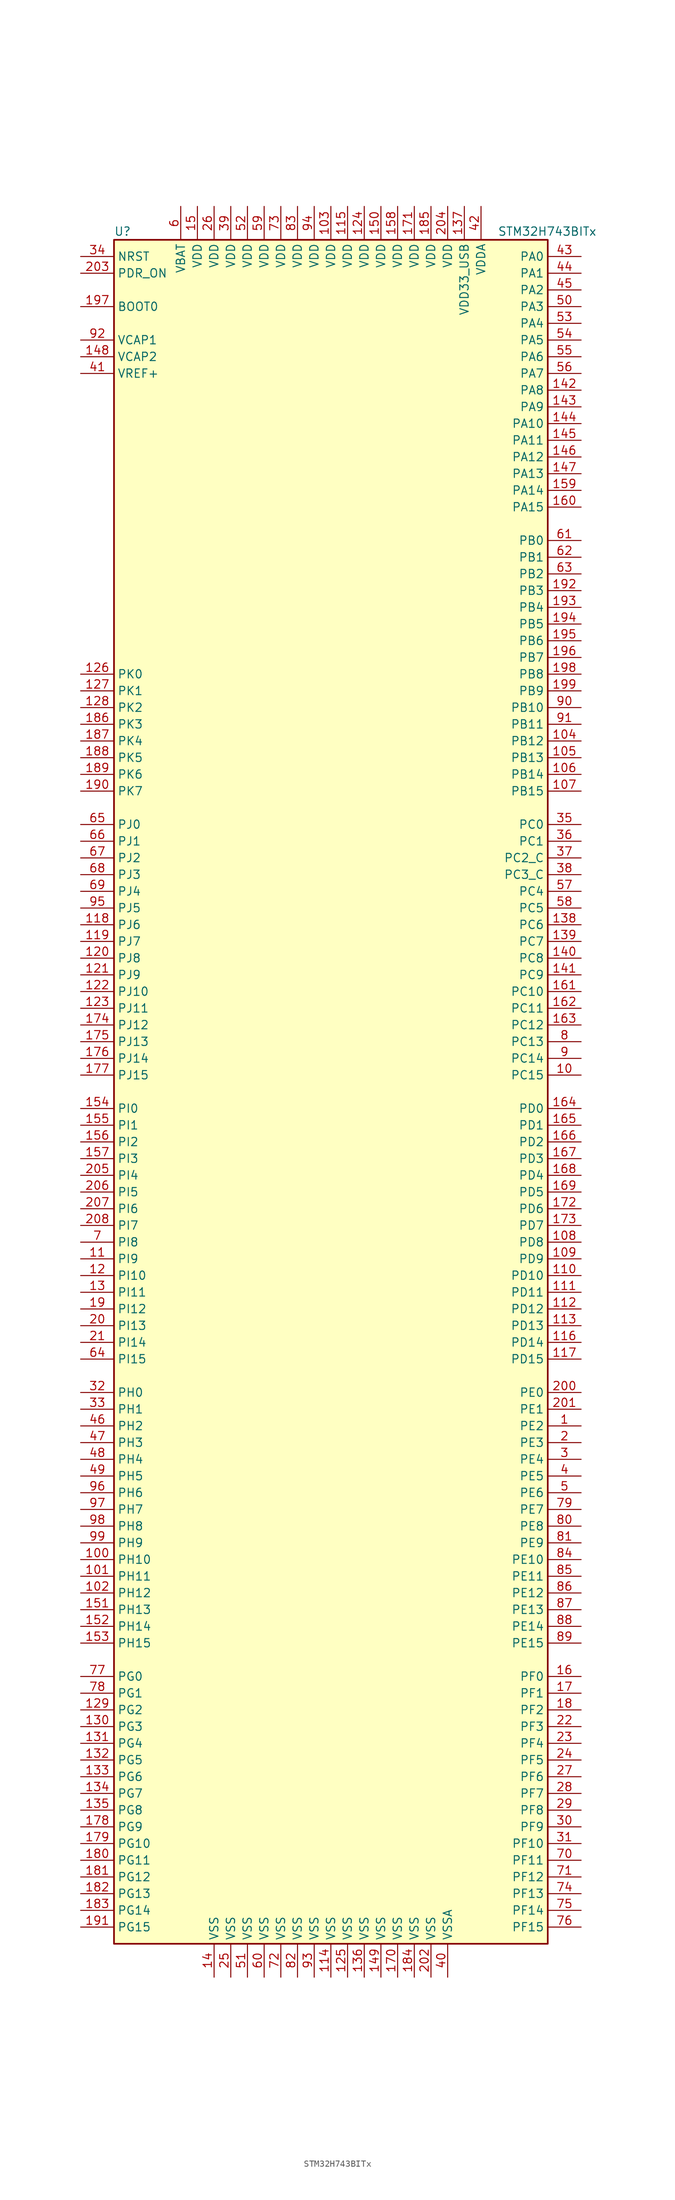
<source format=kicad_sym>
(kicad_symbol_lib
  (version 20201005)
  (generator kicad_symbol_editor)
  (symbol "MCU_ST_STM32H7:STM32H743BITx"
    (property "Reference" "U"
      (at -33.02 130.81 0)
      (effects (font (size 1.27 1.27)) (justify left)))
    (property "Value" "STM32H743BITx"
      (at 25.4 130.81 0)
      (effects (font (size 1.27 1.27)) (justify left)))
    (symbol "STM32H743BITx_0_1"
      (rectangle (start -33.02 -129.54) (end 33.02 129.54) (stroke (width 0.254)) (fill (type background))))
    (symbol "STM32H743BITx_1_1"
      (pin input line (at -38.1 119.38 0) (length 5.08) (name "BOOT0" (effects (font (size 1.27 1.27)))) (number "197" (effects (font (size 1.27 1.27)))))
      (pin input line (at -38.1 127 0) (length 5.08) (name "NRST" (effects (font (size 1.27 1.27)))) (number "34" (effects (font (size 1.27 1.27)))))
      (pin bidirectional line (at 38.1 127 180) (length 5.08) (name "PA0" (effects (font (size 1.27 1.27)))) (number "43" (effects (font (size 1.27 1.27)))))
      (pin bidirectional line (at 38.1 124.46 180) (length 5.08) (name "PA1" (effects (font (size 1.27 1.27)))) (number "44" (effects (font (size 1.27 1.27)))))
      (pin bidirectional line (at 38.1 101.6 180) (length 5.08) (name "PA10" (effects (font (size 1.27 1.27)))) (number "144" (effects (font (size 1.27 1.27)))))
      (pin bidirectional line (at 38.1 99.06 180) (length 5.08) (name "PA11" (effects (font (size 1.27 1.27)))) (number "145" (effects (font (size 1.27 1.27)))))
      (pin bidirectional line (at 38.1 96.52 180) (length 5.08) (name "PA12" (effects (font (size 1.27 1.27)))) (number "146" (effects (font (size 1.27 1.27)))))
      (pin bidirectional line (at 38.1 93.98 180) (length 5.08) (name "PA13" (effects (font (size 1.27 1.27)))) (number "147" (effects (font (size 1.27 1.27)))))
      (pin bidirectional line (at 38.1 91.44 180) (length 5.08) (name "PA14" (effects (font (size 1.27 1.27)))) (number "159" (effects (font (size 1.27 1.27)))))
      (pin bidirectional line (at 38.1 88.9 180) (length 5.08) (name "PA15" (effects (font (size 1.27 1.27)))) (number "160" (effects (font (size 1.27 1.27)))))
      (pin bidirectional line (at 38.1 121.92 180) (length 5.08) (name "PA2" (effects (font (size 1.27 1.27)))) (number "45" (effects (font (size 1.27 1.27)))))
      (pin bidirectional line (at 38.1 119.38 180) (length 5.08) (name "PA3" (effects (font (size 1.27 1.27)))) (number "50" (effects (font (size 1.27 1.27)))))
      (pin bidirectional line (at 38.1 116.84 180) (length 5.08) (name "PA4" (effects (font (size 1.27 1.27)))) (number "53" (effects (font (size 1.27 1.27)))))
      (pin bidirectional line (at 38.1 114.3 180) (length 5.08) (name "PA5" (effects (font (size 1.27 1.27)))) (number "54" (effects (font (size 1.27 1.27)))))
      (pin bidirectional line (at 38.1 111.76 180) (length 5.08) (name "PA6" (effects (font (size 1.27 1.27)))) (number "55" (effects (font (size 1.27 1.27)))))
      (pin bidirectional line (at 38.1 109.22 180) (length 5.08) (name "PA7" (effects (font (size 1.27 1.27)))) (number "56" (effects (font (size 1.27 1.27)))))
      (pin bidirectional line (at 38.1 106.68 180) (length 5.08) (name "PA8" (effects (font (size 1.27 1.27)))) (number "142" (effects (font (size 1.27 1.27)))))
      (pin bidirectional line (at 38.1 104.14 180) (length 5.08) (name "PA9" (effects (font (size 1.27 1.27)))) (number "143" (effects (font (size 1.27 1.27)))))
      (pin bidirectional line (at 38.1 83.82 180) (length 5.08) (name "PB0" (effects (font (size 1.27 1.27)))) (number "61" (effects (font (size 1.27 1.27)))))
      (pin bidirectional line (at 38.1 81.28 180) (length 5.08) (name "PB1" (effects (font (size 1.27 1.27)))) (number "62" (effects (font (size 1.27 1.27)))))
      (pin bidirectional line (at 38.1 58.42 180) (length 5.08) (name "PB10" (effects (font (size 1.27 1.27)))) (number "90" (effects (font (size 1.27 1.27)))))
      (pin bidirectional line (at 38.1 55.88 180) (length 5.08) (name "PB11" (effects (font (size 1.27 1.27)))) (number "91" (effects (font (size 1.27 1.27)))))
      (pin bidirectional line (at 38.1 53.34 180) (length 5.08) (name "PB12" (effects (font (size 1.27 1.27)))) (number "104" (effects (font (size 1.27 1.27)))))
      (pin bidirectional line (at 38.1 50.8 180) (length 5.08) (name "PB13" (effects (font (size 1.27 1.27)))) (number "105" (effects (font (size 1.27 1.27)))))
      (pin bidirectional line (at 38.1 48.26 180) (length 5.08) (name "PB14" (effects (font (size 1.27 1.27)))) (number "106" (effects (font (size 1.27 1.27)))))
      (pin bidirectional line (at 38.1 45.72 180) (length 5.08) (name "PB15" (effects (font (size 1.27 1.27)))) (number "107" (effects (font (size 1.27 1.27)))))
      (pin bidirectional line (at 38.1 78.74 180) (length 5.08) (name "PB2" (effects (font (size 1.27 1.27)))) (number "63" (effects (font (size 1.27 1.27)))))
      (pin bidirectional line (at 38.1 76.2 180) (length 5.08) (name "PB3" (effects (font (size 1.27 1.27)))) (number "192" (effects (font (size 1.27 1.27)))))
      (pin bidirectional line (at 38.1 73.66 180) (length 5.08) (name "PB4" (effects (font (size 1.27 1.27)))) (number "193" (effects (font (size 1.27 1.27)))))
      (pin bidirectional line (at 38.1 71.12 180) (length 5.08) (name "PB5" (effects (font (size 1.27 1.27)))) (number "194" (effects (font (size 1.27 1.27)))))
      (pin bidirectional line (at 38.1 68.58 180) (length 5.08) (name "PB6" (effects (font (size 1.27 1.27)))) (number "195" (effects (font (size 1.27 1.27)))))
      (pin bidirectional line (at 38.1 66.04 180) (length 5.08) (name "PB7" (effects (font (size 1.27 1.27)))) (number "196" (effects (font (size 1.27 1.27)))))
      (pin bidirectional line (at 38.1 63.5 180) (length 5.08) (name "PB8" (effects (font (size 1.27 1.27)))) (number "198" (effects (font (size 1.27 1.27)))))
      (pin bidirectional line (at 38.1 60.96 180) (length 5.08) (name "PB9" (effects (font (size 1.27 1.27)))) (number "199" (effects (font (size 1.27 1.27)))))
      (pin bidirectional line (at 38.1 40.64 180) (length 5.08) (name "PC0" (effects (font (size 1.27 1.27)))) (number "35" (effects (font (size 1.27 1.27)))))
      (pin bidirectional line (at 38.1 38.1 180) (length 5.08) (name "PC1" (effects (font (size 1.27 1.27)))) (number "36" (effects (font (size 1.27 1.27)))))
      (pin bidirectional line (at 38.1 15.24 180) (length 5.08) (name "PC10" (effects (font (size 1.27 1.27)))) (number "161" (effects (font (size 1.27 1.27)))))
      (pin bidirectional line (at 38.1 12.7 180) (length 5.08) (name "PC11" (effects (font (size 1.27 1.27)))) (number "162" (effects (font (size 1.27 1.27)))))
      (pin bidirectional line (at 38.1 10.16 180) (length 5.08) (name "PC12" (effects (font (size 1.27 1.27)))) (number "163" (effects (font (size 1.27 1.27)))))
      (pin bidirectional line (at 38.1 7.62 180) (length 5.08) (name "PC13" (effects (font (size 1.27 1.27)))) (number "8" (effects (font (size 1.27 1.27)))))
      (pin bidirectional line (at 38.1 5.08 180) (length 5.08) (name "PC14" (effects (font (size 1.27 1.27)))) (number "9" (effects (font (size 1.27 1.27)))))
      (pin bidirectional line (at 38.1 2.54 180) (length 5.08) (name "PC15" (effects (font (size 1.27 1.27)))) (number "10" (effects (font (size 1.27 1.27)))))
      (pin bidirectional line (at 38.1 35.56 180) (length 5.08) (name "PC2_C" (effects (font (size 1.27 1.27)))) (number "37" (effects (font (size 1.27 1.27)))))
      (pin bidirectional line (at 38.1 33.02 180) (length 5.08) (name "PC3_C" (effects (font (size 1.27 1.27)))) (number "38" (effects (font (size 1.27 1.27)))))
      (pin bidirectional line (at 38.1 30.48 180) (length 5.08) (name "PC4" (effects (font (size 1.27 1.27)))) (number "57" (effects (font (size 1.27 1.27)))))
      (pin bidirectional line (at 38.1 27.94 180) (length 5.08) (name "PC5" (effects (font (size 1.27 1.27)))) (number "58" (effects (font (size 1.27 1.27)))))
      (pin bidirectional line (at 38.1 25.4 180) (length 5.08) (name "PC6" (effects (font (size 1.27 1.27)))) (number "138" (effects (font (size 1.27 1.27)))))
      (pin bidirectional line (at 38.1 22.86 180) (length 5.08) (name "PC7" (effects (font (size 1.27 1.27)))) (number "139" (effects (font (size 1.27 1.27)))))
      (pin bidirectional line (at 38.1 20.32 180) (length 5.08) (name "PC8" (effects (font (size 1.27 1.27)))) (number "140" (effects (font (size 1.27 1.27)))))
      (pin bidirectional line (at 38.1 17.78 180) (length 5.08) (name "PC9" (effects (font (size 1.27 1.27)))) (number "141" (effects (font (size 1.27 1.27)))))
      (pin bidirectional line (at 38.1 -2.54 180) (length 5.08) (name "PD0" (effects (font (size 1.27 1.27)))) (number "164" (effects (font (size 1.27 1.27)))))
      (pin bidirectional line (at 38.1 -5.08 180) (length 5.08) (name "PD1" (effects (font (size 1.27 1.27)))) (number "165" (effects (font (size 1.27 1.27)))))
      (pin bidirectional line (at 38.1 -27.94 180) (length 5.08) (name "PD10" (effects (font (size 1.27 1.27)))) (number "110" (effects (font (size 1.27 1.27)))))
      (pin bidirectional line (at 38.1 -30.48 180) (length 5.08) (name "PD11" (effects (font (size 1.27 1.27)))) (number "111" (effects (font (size 1.27 1.27)))))
      (pin bidirectional line (at 38.1 -33.02 180) (length 5.08) (name "PD12" (effects (font (size 1.27 1.27)))) (number "112" (effects (font (size 1.27 1.27)))))
      (pin bidirectional line (at 38.1 -35.56 180) (length 5.08) (name "PD13" (effects (font (size 1.27 1.27)))) (number "113" (effects (font (size 1.27 1.27)))))
      (pin bidirectional line (at 38.1 -38.1 180) (length 5.08) (name "PD14" (effects (font (size 1.27 1.27)))) (number "116" (effects (font (size 1.27 1.27)))))
      (pin bidirectional line (at 38.1 -40.64 180) (length 5.08) (name "PD15" (effects (font (size 1.27 1.27)))) (number "117" (effects (font (size 1.27 1.27)))))
      (pin bidirectional line (at 38.1 -7.62 180) (length 5.08) (name "PD2" (effects (font (size 1.27 1.27)))) (number "166" (effects (font (size 1.27 1.27)))))
      (pin bidirectional line (at 38.1 -10.16 180) (length 5.08) (name "PD3" (effects (font (size 1.27 1.27)))) (number "167" (effects (font (size 1.27 1.27)))))
      (pin bidirectional line (at 38.1 -12.7 180) (length 5.08) (name "PD4" (effects (font (size 1.27 1.27)))) (number "168" (effects (font (size 1.27 1.27)))))
      (pin bidirectional line (at 38.1 -15.24 180) (length 5.08) (name "PD5" (effects (font (size 1.27 1.27)))) (number "169" (effects (font (size 1.27 1.27)))))
      (pin bidirectional line (at 38.1 -17.78 180) (length 5.08) (name "PD6" (effects (font (size 1.27 1.27)))) (number "172" (effects (font (size 1.27 1.27)))))
      (pin bidirectional line (at 38.1 -20.32 180) (length 5.08) (name "PD7" (effects (font (size 1.27 1.27)))) (number "173" (effects (font (size 1.27 1.27)))))
      (pin bidirectional line (at 38.1 -22.86 180) (length 5.08) (name "PD8" (effects (font (size 1.27 1.27)))) (number "108" (effects (font (size 1.27 1.27)))))
      (pin bidirectional line (at 38.1 -25.4 180) (length 5.08) (name "PD9" (effects (font (size 1.27 1.27)))) (number "109" (effects (font (size 1.27 1.27)))))
      (pin input line (at -38.1 124.46 0) (length 5.08) (name "PDR_ON" (effects (font (size 1.27 1.27)))) (number "203" (effects (font (size 1.27 1.27)))))
      (pin bidirectional line (at 38.1 -45.72 180) (length 5.08) (name "PE0" (effects (font (size 1.27 1.27)))) (number "200" (effects (font (size 1.27 1.27)))))
      (pin bidirectional line (at 38.1 -48.26 180) (length 5.08) (name "PE1" (effects (font (size 1.27 1.27)))) (number "201" (effects (font (size 1.27 1.27)))))
      (pin bidirectional line (at 38.1 -71.12 180) (length 5.08) (name "PE10" (effects (font (size 1.27 1.27)))) (number "84" (effects (font (size 1.27 1.27)))))
      (pin bidirectional line (at 38.1 -73.66 180) (length 5.08) (name "PE11" (effects (font (size 1.27 1.27)))) (number "85" (effects (font (size 1.27 1.27)))))
      (pin bidirectional line (at 38.1 -76.2 180) (length 5.08) (name "PE12" (effects (font (size 1.27 1.27)))) (number "86" (effects (font (size 1.27 1.27)))))
      (pin bidirectional line (at 38.1 -78.74 180) (length 5.08) (name "PE13" (effects (font (size 1.27 1.27)))) (number "87" (effects (font (size 1.27 1.27)))))
      (pin bidirectional line (at 38.1 -81.28 180) (length 5.08) (name "PE14" (effects (font (size 1.27 1.27)))) (number "88" (effects (font (size 1.27 1.27)))))
      (pin bidirectional line (at 38.1 -83.82 180) (length 5.08) (name "PE15" (effects (font (size 1.27 1.27)))) (number "89" (effects (font (size 1.27 1.27)))))
      (pin bidirectional line (at 38.1 -50.8 180) (length 5.08) (name "PE2" (effects (font (size 1.27 1.27)))) (number "1" (effects (font (size 1.27 1.27)))))
      (pin bidirectional line (at 38.1 -53.34 180) (length 5.08) (name "PE3" (effects (font (size 1.27 1.27)))) (number "2" (effects (font (size 1.27 1.27)))))
      (pin bidirectional line (at 38.1 -55.88 180) (length 5.08) (name "PE4" (effects (font (size 1.27 1.27)))) (number "3" (effects (font (size 1.27 1.27)))))
      (pin bidirectional line (at 38.1 -58.42 180) (length 5.08) (name "PE5" (effects (font (size 1.27 1.27)))) (number "4" (effects (font (size 1.27 1.27)))))
      (pin bidirectional line (at 38.1 -60.96 180) (length 5.08) (name "PE6" (effects (font (size 1.27 1.27)))) (number "5" (effects (font (size 1.27 1.27)))))
      (pin bidirectional line (at 38.1 -63.5 180) (length 5.08) (name "PE7" (effects (font (size 1.27 1.27)))) (number "79" (effects (font (size 1.27 1.27)))))
      (pin bidirectional line (at 38.1 -66.04 180) (length 5.08) (name "PE8" (effects (font (size 1.27 1.27)))) (number "80" (effects (font (size 1.27 1.27)))))
      (pin bidirectional line (at 38.1 -68.58 180) (length 5.08) (name "PE9" (effects (font (size 1.27 1.27)))) (number "81" (effects (font (size 1.27 1.27)))))
      (pin bidirectional line (at 38.1 -88.9 180) (length 5.08) (name "PF0" (effects (font (size 1.27 1.27)))) (number "16" (effects (font (size 1.27 1.27)))))
      (pin bidirectional line (at 38.1 -91.44 180) (length 5.08) (name "PF1" (effects (font (size 1.27 1.27)))) (number "17" (effects (font (size 1.27 1.27)))))
      (pin bidirectional line (at 38.1 -114.3 180) (length 5.08) (name "PF10" (effects (font (size 1.27 1.27)))) (number "31" (effects (font (size 1.27 1.27)))))
      (pin bidirectional line (at 38.1 -116.84 180) (length 5.08) (name "PF11" (effects (font (size 1.27 1.27)))) (number "70" (effects (font (size 1.27 1.27)))))
      (pin bidirectional line (at 38.1 -119.38 180) (length 5.08) (name "PF12" (effects (font (size 1.27 1.27)))) (number "71" (effects (font (size 1.27 1.27)))))
      (pin bidirectional line (at 38.1 -121.92 180) (length 5.08) (name "PF13" (effects (font (size 1.27 1.27)))) (number "74" (effects (font (size 1.27 1.27)))))
      (pin bidirectional line (at 38.1 -124.46 180) (length 5.08) (name "PF14" (effects (font (size 1.27 1.27)))) (number "75" (effects (font (size 1.27 1.27)))))
      (pin bidirectional line (at 38.1 -127 180) (length 5.08) (name "PF15" (effects (font (size 1.27 1.27)))) (number "76" (effects (font (size 1.27 1.27)))))
      (pin bidirectional line (at 38.1 -93.98 180) (length 5.08) (name "PF2" (effects (font (size 1.27 1.27)))) (number "18" (effects (font (size 1.27 1.27)))))
      (pin bidirectional line (at 38.1 -96.52 180) (length 5.08) (name "PF3" (effects (font (size 1.27 1.27)))) (number "22" (effects (font (size 1.27 1.27)))))
      (pin bidirectional line (at 38.1 -99.06 180) (length 5.08) (name "PF4" (effects (font (size 1.27 1.27)))) (number "23" (effects (font (size 1.27 1.27)))))
      (pin bidirectional line (at 38.1 -101.6 180) (length 5.08) (name "PF5" (effects (font (size 1.27 1.27)))) (number "24" (effects (font (size 1.27 1.27)))))
      (pin bidirectional line (at 38.1 -104.14 180) (length 5.08) (name "PF6" (effects (font (size 1.27 1.27)))) (number "27" (effects (font (size 1.27 1.27)))))
      (pin bidirectional line (at 38.1 -106.68 180) (length 5.08) (name "PF7" (effects (font (size 1.27 1.27)))) (number "28" (effects (font (size 1.27 1.27)))))
      (pin bidirectional line (at 38.1 -109.22 180) (length 5.08) (name "PF8" (effects (font (size 1.27 1.27)))) (number "29" (effects (font (size 1.27 1.27)))))
      (pin bidirectional line (at 38.1 -111.76 180) (length 5.08) (name "PF9" (effects (font (size 1.27 1.27)))) (number "30" (effects (font (size 1.27 1.27)))))
      (pin bidirectional line (at -38.1 -88.9 0) (length 5.08) (name "PG0" (effects (font (size 1.27 1.27)))) (number "77" (effects (font (size 1.27 1.27)))))
      (pin bidirectional line (at -38.1 -91.44 0) (length 5.08) (name "PG1" (effects (font (size 1.27 1.27)))) (number "78" (effects (font (size 1.27 1.27)))))
      (pin bidirectional line (at -38.1 -114.3 0) (length 5.08) (name "PG10" (effects (font (size 1.27 1.27)))) (number "179" (effects (font (size 1.27 1.27)))))
      (pin bidirectional line (at -38.1 -116.84 0) (length 5.08) (name "PG11" (effects (font (size 1.27 1.27)))) (number "180" (effects (font (size 1.27 1.27)))))
      (pin bidirectional line (at -38.1 -119.38 0) (length 5.08) (name "PG12" (effects (font (size 1.27 1.27)))) (number "181" (effects (font (size 1.27 1.27)))))
      (pin bidirectional line (at -38.1 -121.92 0) (length 5.08) (name "PG13" (effects (font (size 1.27 1.27)))) (number "182" (effects (font (size 1.27 1.27)))))
      (pin bidirectional line (at -38.1 -124.46 0) (length 5.08) (name "PG14" (effects (font (size 1.27 1.27)))) (number "183" (effects (font (size 1.27 1.27)))))
      (pin bidirectional line (at -38.1 -127 0) (length 5.08) (name "PG15" (effects (font (size 1.27 1.27)))) (number "191" (effects (font (size 1.27 1.27)))))
      (pin bidirectional line (at -38.1 -93.98 0) (length 5.08) (name "PG2" (effects (font (size 1.27 1.27)))) (number "129" (effects (font (size 1.27 1.27)))))
      (pin bidirectional line (at -38.1 -96.52 0) (length 5.08) (name "PG3" (effects (font (size 1.27 1.27)))) (number "130" (effects (font (size 1.27 1.27)))))
      (pin bidirectional line (at -38.1 -99.06 0) (length 5.08) (name "PG4" (effects (font (size 1.27 1.27)))) (number "131" (effects (font (size 1.27 1.27)))))
      (pin bidirectional line (at -38.1 -101.6 0) (length 5.08) (name "PG5" (effects (font (size 1.27 1.27)))) (number "132" (effects (font (size 1.27 1.27)))))
      (pin bidirectional line (at -38.1 -104.14 0) (length 5.08) (name "PG6" (effects (font (size 1.27 1.27)))) (number "133" (effects (font (size 1.27 1.27)))))
      (pin bidirectional line (at -38.1 -106.68 0) (length 5.08) (name "PG7" (effects (font (size 1.27 1.27)))) (number "134" (effects (font (size 1.27 1.27)))))
      (pin bidirectional line (at -38.1 -109.22 0) (length 5.08) (name "PG8" (effects (font (size 1.27 1.27)))) (number "135" (effects (font (size 1.27 1.27)))))
      (pin bidirectional line (at -38.1 -111.76 0) (length 5.08) (name "PG9" (effects (font (size 1.27 1.27)))) (number "178" (effects (font (size 1.27 1.27)))))
      (pin input line (at -38.1 -45.72 0) (length 5.08) (name "PH0" (effects (font (size 1.27 1.27)))) (number "32" (effects (font (size 1.27 1.27)))))
      (pin input line (at -38.1 -48.26 0) (length 5.08) (name "PH1" (effects (font (size 1.27 1.27)))) (number "33" (effects (font (size 1.27 1.27)))))
      (pin bidirectional line (at -38.1 -71.12 0) (length 5.08) (name "PH10" (effects (font (size 1.27 1.27)))) (number "100" (effects (font (size 1.27 1.27)))))
      (pin bidirectional line (at -38.1 -73.66 0) (length 5.08) (name "PH11" (effects (font (size 1.27 1.27)))) (number "101" (effects (font (size 1.27 1.27)))))
      (pin bidirectional line (at -38.1 -76.2 0) (length 5.08) (name "PH12" (effects (font (size 1.27 1.27)))) (number "102" (effects (font (size 1.27 1.27)))))
      (pin bidirectional line (at -38.1 -78.74 0) (length 5.08) (name "PH13" (effects (font (size 1.27 1.27)))) (number "151" (effects (font (size 1.27 1.27)))))
      (pin bidirectional line (at -38.1 -81.28 0) (length 5.08) (name "PH14" (effects (font (size 1.27 1.27)))) (number "152" (effects (font (size 1.27 1.27)))))
      (pin bidirectional line (at -38.1 -83.82 0) (length 5.08) (name "PH15" (effects (font (size 1.27 1.27)))) (number "153" (effects (font (size 1.27 1.27)))))
      (pin bidirectional line (at -38.1 -50.8 0) (length 5.08) (name "PH2" (effects (font (size 1.27 1.27)))) (number "46" (effects (font (size 1.27 1.27)))))
      (pin bidirectional line (at -38.1 -53.34 0) (length 5.08) (name "PH3" (effects (font (size 1.27 1.27)))) (number "47" (effects (font (size 1.27 1.27)))))
      (pin bidirectional line (at -38.1 -55.88 0) (length 5.08) (name "PH4" (effects (font (size 1.27 1.27)))) (number "48" (effects (font (size 1.27 1.27)))))
      (pin bidirectional line (at -38.1 -58.42 0) (length 5.08) (name "PH5" (effects (font (size 1.27 1.27)))) (number "49" (effects (font (size 1.27 1.27)))))
      (pin bidirectional line (at -38.1 -60.96 0) (length 5.08) (name "PH6" (effects (font (size 1.27 1.27)))) (number "96" (effects (font (size 1.27 1.27)))))
      (pin bidirectional line (at -38.1 -63.5 0) (length 5.08) (name "PH7" (effects (font (size 1.27 1.27)))) (number "97" (effects (font (size 1.27 1.27)))))
      (pin bidirectional line (at -38.1 -66.04 0) (length 5.08) (name "PH8" (effects (font (size 1.27 1.27)))) (number "98" (effects (font (size 1.27 1.27)))))
      (pin bidirectional line (at -38.1 -68.58 0) (length 5.08) (name "PH9" (effects (font (size 1.27 1.27)))) (number "99" (effects (font (size 1.27 1.27)))))
      (pin bidirectional line (at -38.1 -2.54 0) (length 5.08) (name "PI0" (effects (font (size 1.27 1.27)))) (number "154" (effects (font (size 1.27 1.27)))))
      (pin bidirectional line (at -38.1 -5.08 0) (length 5.08) (name "PI1" (effects (font (size 1.27 1.27)))) (number "155" (effects (font (size 1.27 1.27)))))
      (pin bidirectional line (at -38.1 -27.94 0) (length 5.08) (name "PI10" (effects (font (size 1.27 1.27)))) (number "12" (effects (font (size 1.27 1.27)))))
      (pin bidirectional line (at -38.1 -30.48 0) (length 5.08) (name "PI11" (effects (font (size 1.27 1.27)))) (number "13" (effects (font (size 1.27 1.27)))))
      (pin bidirectional line (at -38.1 -33.02 0) (length 5.08) (name "PI12" (effects (font (size 1.27 1.27)))) (number "19" (effects (font (size 1.27 1.27)))))
      (pin bidirectional line (at -38.1 -35.56 0) (length 5.08) (name "PI13" (effects (font (size 1.27 1.27)))) (number "20" (effects (font (size 1.27 1.27)))))
      (pin bidirectional line (at -38.1 -38.1 0) (length 5.08) (name "PI14" (effects (font (size 1.27 1.27)))) (number "21" (effects (font (size 1.27 1.27)))))
      (pin bidirectional line (at -38.1 -40.64 0) (length 5.08) (name "PI15" (effects (font (size 1.27 1.27)))) (number "64" (effects (font (size 1.27 1.27)))))
      (pin bidirectional line (at -38.1 -7.62 0) (length 5.08) (name "PI2" (effects (font (size 1.27 1.27)))) (number "156" (effects (font (size 1.27 1.27)))))
      (pin bidirectional line (at -38.1 -10.16 0) (length 5.08) (name "PI3" (effects (font (size 1.27 1.27)))) (number "157" (effects (font (size 1.27 1.27)))))
      (pin bidirectional line (at -38.1 -12.7 0) (length 5.08) (name "PI4" (effects (font (size 1.27 1.27)))) (number "205" (effects (font (size 1.27 1.27)))))
      (pin bidirectional line (at -38.1 -15.24 0) (length 5.08) (name "PI5" (effects (font (size 1.27 1.27)))) (number "206" (effects (font (size 1.27 1.27)))))
      (pin bidirectional line (at -38.1 -17.78 0) (length 5.08) (name "PI6" (effects (font (size 1.27 1.27)))) (number "207" (effects (font (size 1.27 1.27)))))
      (pin bidirectional line (at -38.1 -20.32 0) (length 5.08) (name "PI7" (effects (font (size 1.27 1.27)))) (number "208" (effects (font (size 1.27 1.27)))))
      (pin bidirectional line (at -38.1 -22.86 0) (length 5.08) (name "PI8" (effects (font (size 1.27 1.27)))) (number "7" (effects (font (size 1.27 1.27)))))
      (pin bidirectional line (at -38.1 -25.4 0) (length 5.08) (name "PI9" (effects (font (size 1.27 1.27)))) (number "11" (effects (font (size 1.27 1.27)))))
      (pin bidirectional line (at -38.1 40.64 0) (length 5.08) (name "PJ0" (effects (font (size 1.27 1.27)))) (number "65" (effects (font (size 1.27 1.27)))))
      (pin bidirectional line (at -38.1 38.1 0) (length 5.08) (name "PJ1" (effects (font (size 1.27 1.27)))) (number "66" (effects (font (size 1.27 1.27)))))
      (pin bidirectional line (at -38.1 15.24 0) (length 5.08) (name "PJ10" (effects (font (size 1.27 1.27)))) (number "122" (effects (font (size 1.27 1.27)))))
      (pin bidirectional line (at -38.1 12.7 0) (length 5.08) (name "PJ11" (effects (font (size 1.27 1.27)))) (number "123" (effects (font (size 1.27 1.27)))))
      (pin bidirectional line (at -38.1 10.16 0) (length 5.08) (name "PJ12" (effects (font (size 1.27 1.27)))) (number "174" (effects (font (size 1.27 1.27)))))
      (pin bidirectional line (at -38.1 7.62 0) (length 5.08) (name "PJ13" (effects (font (size 1.27 1.27)))) (number "175" (effects (font (size 1.27 1.27)))))
      (pin bidirectional line (at -38.1 5.08 0) (length 5.08) (name "PJ14" (effects (font (size 1.27 1.27)))) (number "176" (effects (font (size 1.27 1.27)))))
      (pin bidirectional line (at -38.1 2.54 0) (length 5.08) (name "PJ15" (effects (font (size 1.27 1.27)))) (number "177" (effects (font (size 1.27 1.27)))))
      (pin bidirectional line (at -38.1 35.56 0) (length 5.08) (name "PJ2" (effects (font (size 1.27 1.27)))) (number "67" (effects (font (size 1.27 1.27)))))
      (pin bidirectional line (at -38.1 33.02 0) (length 5.08) (name "PJ3" (effects (font (size 1.27 1.27)))) (number "68" (effects (font (size 1.27 1.27)))))
      (pin bidirectional line (at -38.1 30.48 0) (length 5.08) (name "PJ4" (effects (font (size 1.27 1.27)))) (number "69" (effects (font (size 1.27 1.27)))))
      (pin bidirectional line (at -38.1 27.94 0) (length 5.08) (name "PJ5" (effects (font (size 1.27 1.27)))) (number "95" (effects (font (size 1.27 1.27)))))
      (pin bidirectional line (at -38.1 25.4 0) (length 5.08) (name "PJ6" (effects (font (size 1.27 1.27)))) (number "118" (effects (font (size 1.27 1.27)))))
      (pin bidirectional line (at -38.1 22.86 0) (length 5.08) (name "PJ7" (effects (font (size 1.27 1.27)))) (number "119" (effects (font (size 1.27 1.27)))))
      (pin bidirectional line (at -38.1 20.32 0) (length 5.08) (name "PJ8" (effects (font (size 1.27 1.27)))) (number "120" (effects (font (size 1.27 1.27)))))
      (pin bidirectional line (at -38.1 17.78 0) (length 5.08) (name "PJ9" (effects (font (size 1.27 1.27)))) (number "121" (effects (font (size 1.27 1.27)))))
      (pin bidirectional line (at -38.1 63.5 0) (length 5.08) (name "PK0" (effects (font (size 1.27 1.27)))) (number "126" (effects (font (size 1.27 1.27)))))
      (pin bidirectional line (at -38.1 60.96 0) (length 5.08) (name "PK1" (effects (font (size 1.27 1.27)))) (number "127" (effects (font (size 1.27 1.27)))))
      (pin bidirectional line (at -38.1 58.42 0) (length 5.08) (name "PK2" (effects (font (size 1.27 1.27)))) (number "128" (effects (font (size 1.27 1.27)))))
      (pin bidirectional line (at -38.1 55.88 0) (length 5.08) (name "PK3" (effects (font (size 1.27 1.27)))) (number "186" (effects (font (size 1.27 1.27)))))
      (pin bidirectional line (at -38.1 53.34 0) (length 5.08) (name "PK4" (effects (font (size 1.27 1.27)))) (number "187" (effects (font (size 1.27 1.27)))))
      (pin bidirectional line (at -38.1 50.8 0) (length 5.08) (name "PK5" (effects (font (size 1.27 1.27)))) (number "188" (effects (font (size 1.27 1.27)))))
      (pin bidirectional line (at -38.1 48.26 0) (length 5.08) (name "PK6" (effects (font (size 1.27 1.27)))) (number "189" (effects (font (size 1.27 1.27)))))
      (pin bidirectional line (at -38.1 45.72 0) (length 5.08) (name "PK7" (effects (font (size 1.27 1.27)))) (number "190" (effects (font (size 1.27 1.27)))))
      (pin power_in line (at -22.86 134.62 270) (length 5.08) (name "VBAT" (effects (font (size 1.27 1.27)))) (number "6" (effects (font (size 1.27 1.27)))))
      (pin power_in line (at -38.1 114.3 0) (length 5.08) (name "VCAP1" (effects (font (size 1.27 1.27)))) (number "92" (effects (font (size 1.27 1.27)))))
      (pin power_in line (at -38.1 111.76 0) (length 5.08) (name "VCAP2" (effects (font (size 1.27 1.27)))) (number "148" (effects (font (size 1.27 1.27)))))
      (pin power_in line (at 0 134.62 270) (length 5.08) (name "VDD" (effects (font (size 1.27 1.27)))) (number "103" (effects (font (size 1.27 1.27)))))
      (pin power_in line (at 2.54 134.62 270) (length 5.08) (name "VDD" (effects (font (size 1.27 1.27)))) (number "115" (effects (font (size 1.27 1.27)))))
      (pin power_in line (at 5.08 134.62 270) (length 5.08) (name "VDD" (effects (font (size 1.27 1.27)))) (number "124" (effects (font (size 1.27 1.27)))))
      (pin power_in line (at -20.32 134.62 270) (length 5.08) (name "VDD" (effects (font (size 1.27 1.27)))) (number "15" (effects (font (size 1.27 1.27)))))
      (pin power_in line (at 7.62 134.62 270) (length 5.08) (name "VDD" (effects (font (size 1.27 1.27)))) (number "150" (effects (font (size 1.27 1.27)))))
      (pin power_in line (at 10.16 134.62 270) (length 5.08) (name "VDD" (effects (font (size 1.27 1.27)))) (number "158" (effects (font (size 1.27 1.27)))))
      (pin power_in line (at 12.7 134.62 270) (length 5.08) (name "VDD" (effects (font (size 1.27 1.27)))) (number "171" (effects (font (size 1.27 1.27)))))
      (pin power_in line (at 15.24 134.62 270) (length 5.08) (name "VDD" (effects (font (size 1.27 1.27)))) (number "185" (effects (font (size 1.27 1.27)))))
      (pin power_in line (at 17.78 134.62 270) (length 5.08) (name "VDD" (effects (font (size 1.27 1.27)))) (number "204" (effects (font (size 1.27 1.27)))))
      (pin power_in line (at -17.78 134.62 270) (length 5.08) (name "VDD" (effects (font (size 1.27 1.27)))) (number "26" (effects (font (size 1.27 1.27)))))
      (pin power_in line (at -15.24 134.62 270) (length 5.08) (name "VDD" (effects (font (size 1.27 1.27)))) (number "39" (effects (font (size 1.27 1.27)))))
      (pin power_in line (at -12.7 134.62 270) (length 5.08) (name "VDD" (effects (font (size 1.27 1.27)))) (number "52" (effects (font (size 1.27 1.27)))))
      (pin power_in line (at -10.16 134.62 270) (length 5.08) (name "VDD" (effects (font (size 1.27 1.27)))) (number "59" (effects (font (size 1.27 1.27)))))
      (pin power_in line (at -7.62 134.62 270) (length 5.08) (name "VDD" (effects (font (size 1.27 1.27)))) (number "73" (effects (font (size 1.27 1.27)))))
      (pin power_in line (at -5.08 134.62 270) (length 5.08) (name "VDD" (effects (font (size 1.27 1.27)))) (number "83" (effects (font (size 1.27 1.27)))))
      (pin power_in line (at -2.54 134.62 270) (length 5.08) (name "VDD" (effects (font (size 1.27 1.27)))) (number "94" (effects (font (size 1.27 1.27)))))
      (pin power_in line (at 20.32 134.62 270) (length 5.08) (name "VDD33_USB" (effects (font (size 1.27 1.27)))) (number "137" (effects (font (size 1.27 1.27)))))
      (pin power_in line (at 22.86 134.62 270) (length 5.08) (name "VDDA" (effects (font (size 1.27 1.27)))) (number "42" (effects (font (size 1.27 1.27)))))
      (pin bidirectional line (at -38.1 109.22 0) (length 5.08) (name "VREF+" (effects (font (size 1.27 1.27)))) (number "41" (effects (font (size 1.27 1.27)))))
      (pin power_in line (at 0 -134.62 90) (length 5.08) (name "VSS" (effects (font (size 1.27 1.27)))) (number "114" (effects (font (size 1.27 1.27)))))
      (pin power_in line (at 2.54 -134.62 90) (length 5.08) (name "VSS" (effects (font (size 1.27 1.27)))) (number "125" (effects (font (size 1.27 1.27)))))
      (pin power_in line (at 5.08 -134.62 90) (length 5.08) (name "VSS" (effects (font (size 1.27 1.27)))) (number "136" (effects (font (size 1.27 1.27)))))
      (pin power_in line (at -17.78 -134.62 90) (length 5.08) (name "VSS" (effects (font (size 1.27 1.27)))) (number "14" (effects (font (size 1.27 1.27)))))
      (pin power_in line (at 7.62 -134.62 90) (length 5.08) (name "VSS" (effects (font (size 1.27 1.27)))) (number "149" (effects (font (size 1.27 1.27)))))
      (pin power_in line (at 10.16 -134.62 90) (length 5.08) (name "VSS" (effects (font (size 1.27 1.27)))) (number "170" (effects (font (size 1.27 1.27)))))
      (pin power_in line (at 12.7 -134.62 90) (length 5.08) (name "VSS" (effects (font (size 1.27 1.27)))) (number "184" (effects (font (size 1.27 1.27)))))
      (pin power_in line (at 15.24 -134.62 90) (length 5.08) (name "VSS" (effects (font (size 1.27 1.27)))) (number "202" (effects (font (size 1.27 1.27)))))
      (pin power_in line (at -15.24 -134.62 90) (length 5.08) (name "VSS" (effects (font (size 1.27 1.27)))) (number "25" (effects (font (size 1.27 1.27)))))
      (pin power_in line (at -12.7 -134.62 90) (length 5.08) (name "VSS" (effects (font (size 1.27 1.27)))) (number "51" (effects (font (size 1.27 1.27)))))
      (pin power_in line (at -10.16 -134.62 90) (length 5.08) (name "VSS" (effects (font (size 1.27 1.27)))) (number "60" (effects (font (size 1.27 1.27)))))
      (pin power_in line (at -7.62 -134.62 90) (length 5.08) (name "VSS" (effects (font (size 1.27 1.27)))) (number "72" (effects (font (size 1.27 1.27)))))
      (pin power_in line (at -5.08 -134.62 90) (length 5.08) (name "VSS" (effects (font (size 1.27 1.27)))) (number "82" (effects (font (size 1.27 1.27)))))
      (pin power_in line (at -2.54 -134.62 90) (length 5.08) (name "VSS" (effects (font (size 1.27 1.27)))) (number "93" (effects (font (size 1.27 1.27)))))
      (pin power_in line (at 17.78 -134.62 90) (length 5.08) (name "VSSA" (effects (font (size 1.27 1.27)))) (number "40" (effects (font (size 1.27 1.27))))))))
</source>
